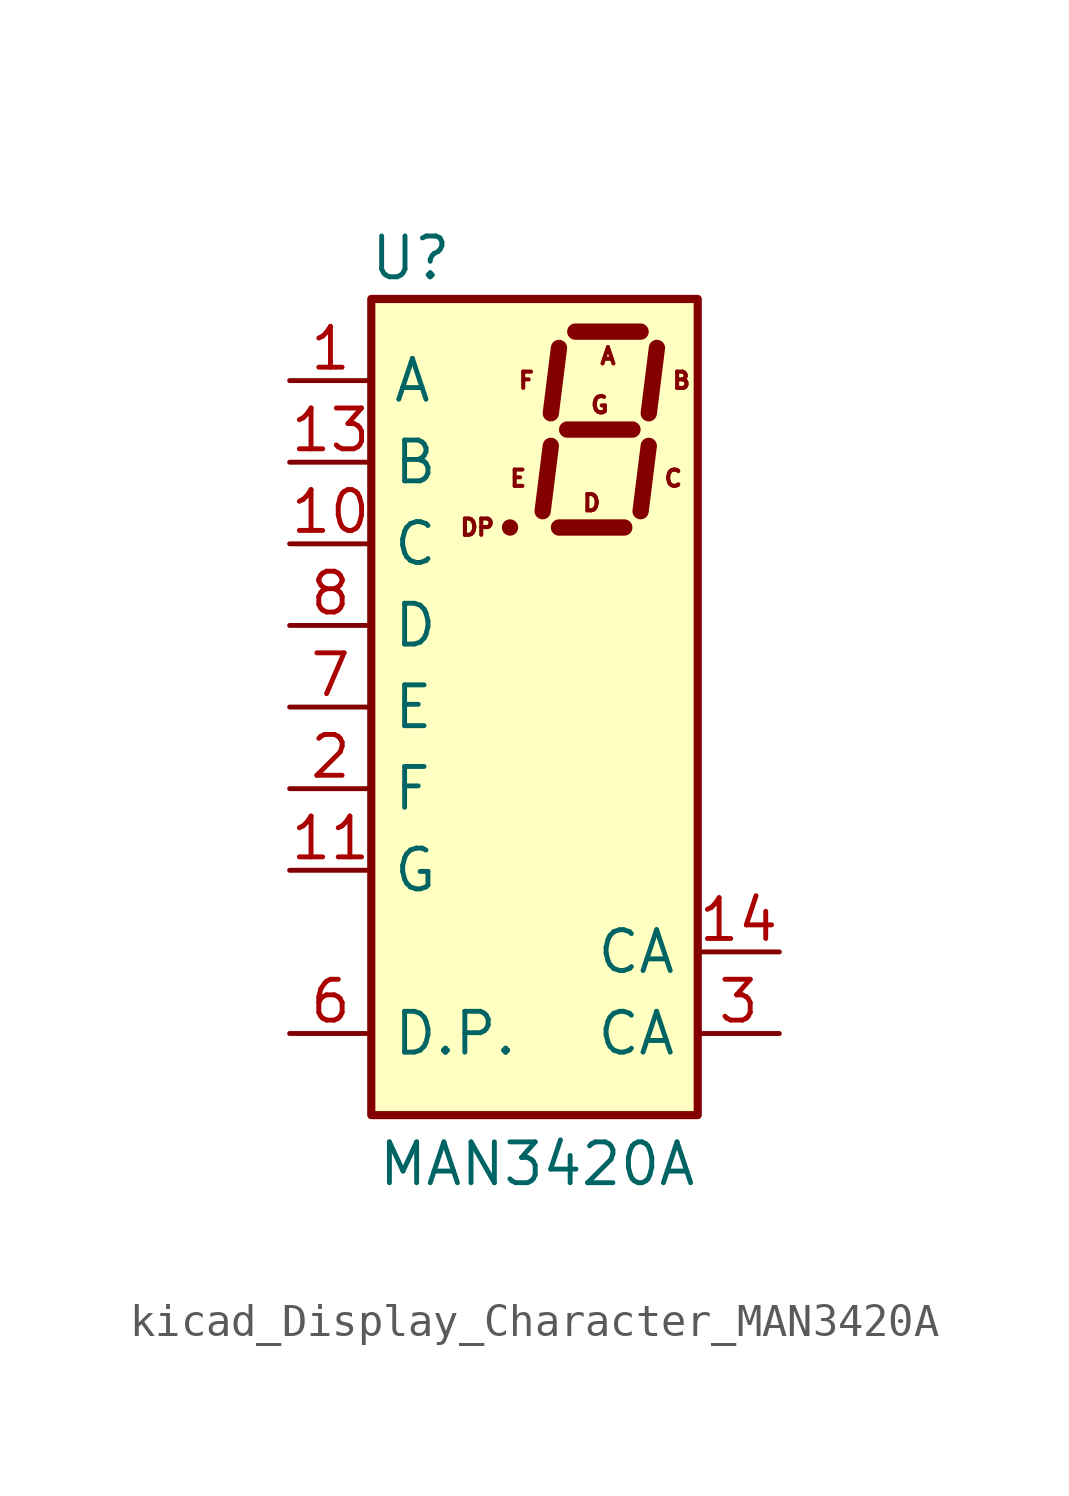
<source format=kicad_sym>
(kicad_symbol_lib
  (version 20220914)
  (generator kicad_symbol_editor)
  (symbol "kicad_Display_Character_MAN3420A"
    (pin_names
      (offset 0.635))
    (property "Reference" "U"
      (at -2.54 13.97 0)
      (effects (font (size 1.27 1.27)) (justify right)))
    (property "Value" "MAN3420A"
      (at 5.08 -14.224 0)
      (effects (font (size 1.27 1.27)) (justify right)))
    (symbol "kicad_Display_Character_MAN3420A_0_0"
      (text "A" (at 2.286 10.922 0) (effects (font (size 0.508 0.508))))
      (text "B" (at 4.572 10.16 0) (effects (font (size 0.508 0.508))))
      (text "C" (at 4.318 7.112 0) (effects (font (size 0.508 0.508))))
      (text "D" (at 1.778 6.35 0) (effects (font (size 0.508 0.508))))
      (text "DP" (at -1.778 5.588 0) (effects (font (size 0.508 0.508))))
      (text "E" (at -0.508 7.112 0) (effects (font (size 0.508 0.508))))
      (text "F" (at -0.254 10.16 0) (effects (font (size 0.508 0.508))))
      (text "G" (at 2.032 9.398 0) (effects (font (size 0.508 0.508)))))
    (symbol "kicad_Display_Character_MAN3420A_0_1"
      (rectangle (start -5.08 12.7) (end 5.08 -12.7) (stroke (width 0.254) (type default)) (fill (type background)))
      (polyline (pts (xy -0.762 5.588) (xy -0.762 5.588)) (stroke (width 0.508) (type default)) (fill (type none)))
      (polyline (pts (xy 0.508 8.128) (xy 0.254 6.096)) (stroke (width 0.508) (type default)) (fill (type none)))
      (polyline (pts (xy 0.762 5.588) (xy 2.794 5.588)) (stroke (width 0.508) (type default)) (fill (type none)))
      (polyline (pts (xy 0.762 11.176) (xy 0.508 9.144)) (stroke (width 0.508) (type default)) (fill (type none)))
      (polyline (pts (xy 1.016 8.636) (xy 3.048 8.636)) (stroke (width 0.508) (type default)) (fill (type none)))
      (polyline (pts (xy 1.27 11.684) (xy 3.302 11.684)) (stroke (width 0.508) (type default)) (fill (type none)))
      (polyline (pts (xy 3.556 8.128) (xy 3.302 6.096)) (stroke (width 0.508) (type default)) (fill (type none)))
      (polyline (pts (xy 3.81 11.176) (xy 3.556 9.144)) (stroke (width 0.508) (type default)) (fill (type none))))
    (symbol "kicad_Display_Character_MAN3420A_1_1"
      (pin input line (at -7.62 10.16 0) (length 2.54) (name "A" (effects (font (size 1.27 1.27)))) (number "1" (effects (font (size 1.27 1.27)))))
      (pin input line (at -7.62 5.08 0) (length 2.54) (name "C" (effects (font (size 1.27 1.27)))) (number "10" (effects (font (size 1.27 1.27)))))
      (pin input line (at -7.62 -5.08 0) (length 2.54) (name "G" (effects (font (size 1.27 1.27)))) (number "11" (effects (font (size 1.27 1.27)))))
      (pin no_connect line (at 5.08 -5.08 180) (length 2.54) hide (name "NC" (effects (font (size 1.27 1.27)))) (number "12" (effects (font (size 1.27 1.27)))))
      (pin input line (at -7.62 7.62 0) (length 2.54) (name "B" (effects (font (size 1.27 1.27)))) (number "13" (effects (font (size 1.27 1.27)))))
      (pin input line (at 7.62 -7.62 180) (length 2.54) (name "CA" (effects (font (size 1.27 1.27)))) (number "14" (effects (font (size 1.27 1.27)))))
      (pin input line (at -7.62 -2.54 0) (length 2.54) (name "F" (effects (font (size 1.27 1.27)))) (number "2" (effects (font (size 1.27 1.27)))))
      (pin input line (at 7.62 -10.16 180) (length 2.54) (name "CA" (effects (font (size 1.27 1.27)))) (number "3" (effects (font (size 1.27 1.27)))))
      (pin no_connect line (at 5.08 2.54 180) (length 2.54) hide (name "NC" (effects (font (size 1.27 1.27)))) (number "4" (effects (font (size 1.27 1.27)))))
      (pin no_connect line (at 5.08 0 180) (length 2.54) hide (name "NC" (effects (font (size 1.27 1.27)))) (number "5" (effects (font (size 1.27 1.27)))))
      (pin input line (at -7.62 -10.16 0) (length 2.54) (name "D.P." (effects (font (size 1.27 1.27)))) (number "6" (effects (font (size 1.27 1.27)))))
      (pin input line (at -7.62 0 0) (length 2.54) (name "E" (effects (font (size 1.27 1.27)))) (number "7" (effects (font (size 1.27 1.27)))))
      (pin input line (at -7.62 2.54 0) (length 2.54) (name "D" (effects (font (size 1.27 1.27)))) (number "8" (effects (font (size 1.27 1.27)))))
      (pin no_connect line (at 5.08 -2.54 180) (length 2.54) hide (name "NC" (effects (font (size 1.27 1.27)))) (number "9" (effects (font (size 1.27 1.27))))))))
</source>
